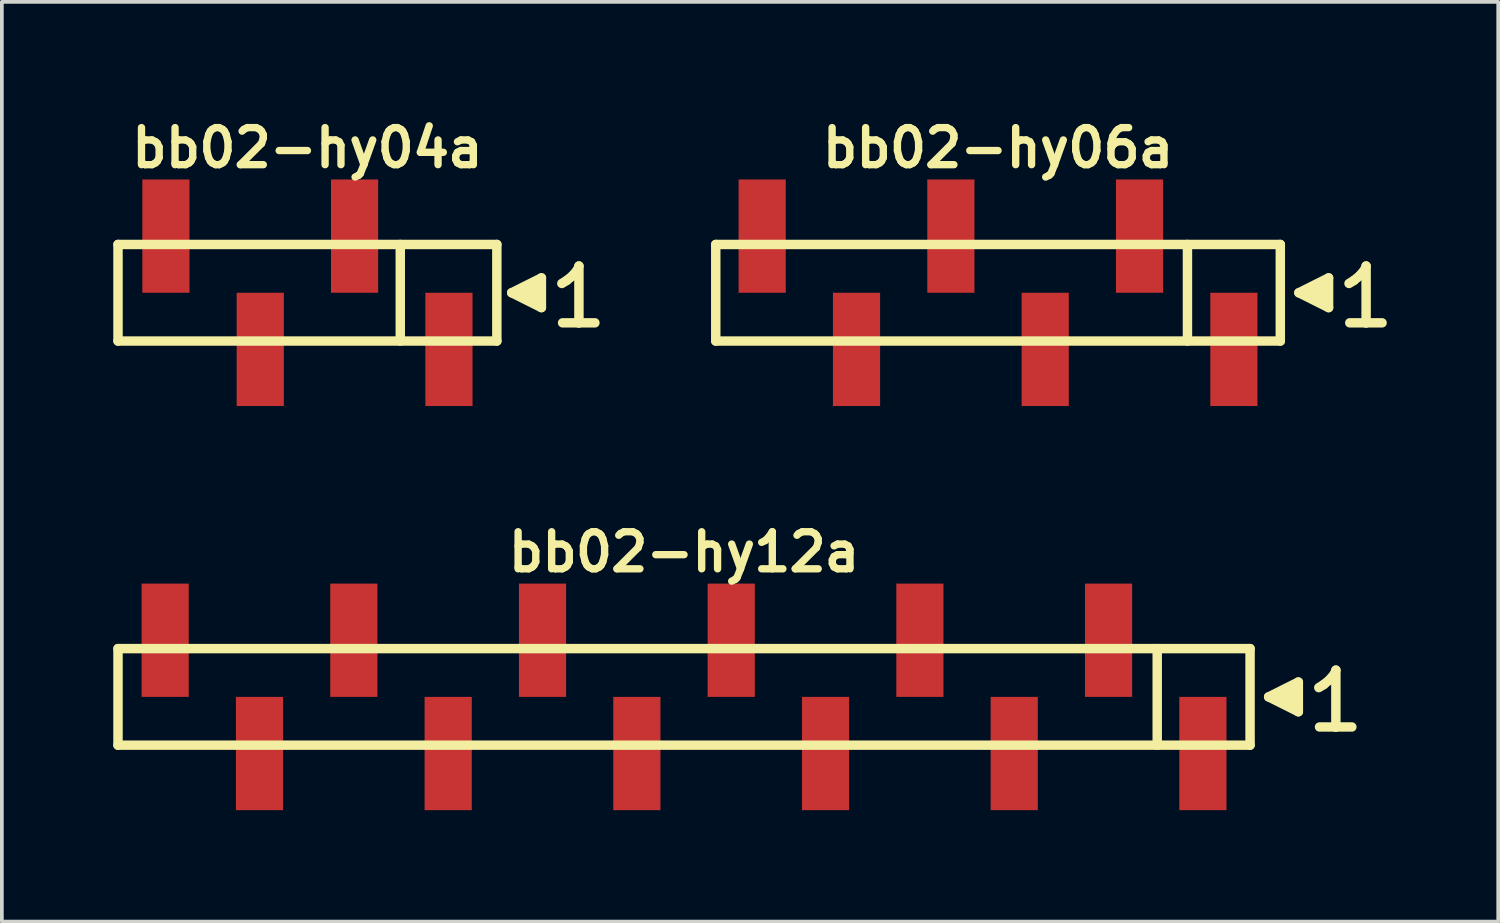
<source format=kicad_pcb>
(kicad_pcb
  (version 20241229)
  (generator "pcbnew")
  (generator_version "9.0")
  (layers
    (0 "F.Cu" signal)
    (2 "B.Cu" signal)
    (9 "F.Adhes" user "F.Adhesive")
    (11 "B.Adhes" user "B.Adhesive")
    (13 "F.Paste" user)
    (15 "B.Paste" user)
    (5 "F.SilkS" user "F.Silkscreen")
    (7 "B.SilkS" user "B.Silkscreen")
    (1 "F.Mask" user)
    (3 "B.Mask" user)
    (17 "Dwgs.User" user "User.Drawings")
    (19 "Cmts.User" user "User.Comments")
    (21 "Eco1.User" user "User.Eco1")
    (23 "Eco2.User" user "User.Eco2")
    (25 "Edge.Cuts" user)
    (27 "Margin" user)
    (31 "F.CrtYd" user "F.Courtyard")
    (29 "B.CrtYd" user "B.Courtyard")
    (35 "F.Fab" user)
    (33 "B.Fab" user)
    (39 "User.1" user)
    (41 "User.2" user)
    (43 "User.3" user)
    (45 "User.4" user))
  (footprint "bb02-hy06a"
    (layer "F.Cu")
    (at 23.821 4.832)
    (property "Reference" "bb02-hy06a" (at 0 -3.9 0) (layer "F.SilkS") (effects (font (size 0.998 0.998) (thickness 0.198))))
    (attr through_hole)
    (fp_line (start -7.6 -1.3) (end 7.6 -1.3) (stroke (width 0.254) (type solid)) (layer "F.SilkS"))
    (fp_line (start -7.6 1.3) (end -7.6 -1.3) (stroke (width 0.254) (type solid)) (layer "F.SilkS"))
    (fp_line (start 5.1 1.3) (end 5.1 -1.3) (stroke (width 0.254) (type solid)) (layer "F.SilkS"))
    (fp_line (start 7.6 -1.3) (end 7.6 1.3) (stroke (width 0.254) (type solid)) (layer "F.SilkS"))
    (fp_line (start 7.6 1.3) (end -7.6 1.3) (stroke (width 0.254) (type solid)) (layer "F.SilkS"))
    (fp_line (start 8.1 0) (end 8.9 0.4) (stroke (width 0.254) (type solid)) (layer "F.SilkS"))
    (fp_line (start 8.4 0.1) (end 8.4 -0.1) (stroke (width 0.254) (type solid)) (layer "F.SilkS"))
    (fp_line (start 8.5 -0.1) (end 8.5 0.1) (stroke (width 0.254) (type solid)) (layer "F.SilkS"))
    (fp_line (start 8.6 0.2) (end 8.6 -0.2) (stroke (width 0.254) (type solid)) (layer "F.SilkS"))
    (fp_line (start 8.7 -0.2) (end 8.7 0.2) (stroke (width 0.254) (type solid)) (layer "F.SilkS"))
    (fp_line (start 8.8 0.3) (end 8.8 -0.3) (stroke (width 0.254) (type solid)) (layer "F.SilkS"))
    (fp_line (start 8.9 -0.4) (end 8.1 0) (stroke (width 0.254) (type solid)) (layer "F.SilkS"))
    (fp_line (start 8.9 0.4) (end 8.9 -0.4) (stroke (width 0.254) (type solid)) (layer "F.SilkS"))
    (fp_line (start 9.45 -0.25) (end 9.58 -0.33) (stroke (width 0.254) (type solid)) (layer "F.SilkS"))
    (fp_line (start 9.58 -0.33) (end 9.74 -0.46) (stroke (width 0.254) (type solid)) (layer "F.SilkS"))
    (fp_line (start 9.74 -0.46) (end 9.88 -0.63) (stroke (width 0.254) (type solid)) (layer "F.SilkS"))
    (fp_line (start 9.88 -0.63) (end 9.91 -0.72) (stroke (width 0.254) (type solid)) (layer "F.SilkS"))
    (fp_line (start 9.91 -0.72) (end 9.91 0.81) (stroke (width 0.254) (type solid)) (layer "F.SilkS"))
    (fp_line (start 9.91 0.81) (end 9.47 0.81) (stroke (width 0.254) (type solid)) (layer "F.SilkS"))
    (fp_line (start 10.34 0.81) (end 9.9 0.81) (stroke (width 0.254) (type solid)) (layer "F.SilkS"))
    (pad "1" smd rect (at 6.35 1.525) (size 1.27 3.05) (layers "F.Cu" "F.Mask" "F.Paste"))
    (pad "2" smd rect (at 3.81 -1.525) (size 1.27 3.05) (layers "F.Cu" "F.Mask" "F.Paste"))
    (pad "3" smd rect (at 1.27 1.525) (size 1.27 3.05) (layers "F.Cu" "F.Mask" "F.Paste"))
    (pad "4" smd rect (at -1.27 -1.525) (size 1.27 3.05) (layers "F.Cu" "F.Mask" "F.Paste"))
    (pad "5" smd rect (at -3.81 1.525) (size 1.27 3.05) (layers "F.Cu" "F.Mask" "F.Paste"))
    (pad "6" smd rect (at -6.35 -1.525) (size 1.27 3.05) (layers "F.Cu" "F.Mask" "F.Paste")))
  (footprint "bb02-hy04a"
    (layer "F.Cu")
    (at 5.227 4.832)
    (property "Reference" "bb02-hy04a" (at 0 -3.9 0) (layer "F.SilkS") (effects (font (size 0.998 0.998) (thickness 0.198))))
    (attr through_hole)
    (fp_line (start -5.1 -1.3) (end 5.1 -1.3) (stroke (width 0.254) (type solid)) (layer "F.SilkS"))
    (fp_line (start -5.1 1.3) (end -5.1 -1.3) (stroke (width 0.254) (type solid)) (layer "F.SilkS"))
    (fp_line (start 2.5 1.3) (end 2.5 -1.3) (stroke (width 0.254) (type solid)) (layer "F.SilkS"))
    (fp_line (start 5.1 -1.3) (end 5.1 1.3) (stroke (width 0.254) (type solid)) (layer "F.SilkS"))
    (fp_line (start 5.1 1.3) (end -5.1 1.3) (stroke (width 0.254) (type solid)) (layer "F.SilkS"))
    (fp_line (start 5.5 0) (end 6.3 0.4) (stroke (width 0.254) (type solid)) (layer "F.SilkS"))
    (fp_line (start 5.8 0.1) (end 5.8 -0.1) (stroke (width 0.254) (type solid)) (layer "F.SilkS"))
    (fp_line (start 5.9 -0.1) (end 5.9 0.1) (stroke (width 0.254) (type solid)) (layer "F.SilkS"))
    (fp_line (start 6 0.2) (end 6 -0.2) (stroke (width 0.254) (type solid)) (layer "F.SilkS"))
    (fp_line (start 6.1 -0.2) (end 6.1 0.2) (stroke (width 0.254) (type solid)) (layer "F.SilkS"))
    (fp_line (start 6.2 0.3) (end 6.2 -0.3) (stroke (width 0.254) (type solid)) (layer "F.SilkS"))
    (fp_line (start 6.3 -0.4) (end 5.5 0) (stroke (width 0.254) (type solid)) (layer "F.SilkS"))
    (fp_line (start 6.3 0.4) (end 6.3 -0.4) (stroke (width 0.254) (type solid)) (layer "F.SilkS"))
    (fp_line (start 6.85 -0.25) (end 6.98 -0.33) (stroke (width 0.254) (type solid)) (layer "F.SilkS"))
    (fp_line (start 6.98 -0.33) (end 7.14 -0.46) (stroke (width 0.254) (type solid)) (layer "F.SilkS"))
    (fp_line (start 7.14 -0.46) (end 7.28 -0.63) (stroke (width 0.254) (type solid)) (layer "F.SilkS"))
    (fp_line (start 7.28 -0.63) (end 7.31 -0.72) (stroke (width 0.254) (type solid)) (layer "F.SilkS"))
    (fp_line (start 7.31 -0.72) (end 7.31 0.81) (stroke (width 0.254) (type solid)) (layer "F.SilkS"))
    (fp_line (start 7.31 0.81) (end 6.87 0.81) (stroke (width 0.254) (type solid)) (layer "F.SilkS"))
    (fp_line (start 7.74 0.81) (end 7.3 0.81) (stroke (width 0.254) (type solid)) (layer "F.SilkS"))
    (pad "1" smd rect (at 3.81 1.525) (size 1.27 3.05) (layers "F.Cu" "F.Mask" "F.Paste"))
    (pad "2" smd rect (at 1.27 -1.525) (size 1.27 3.05) (layers "F.Cu" "F.Mask" "F.Paste"))
    (pad "3" smd rect (at -1.27 1.525) (size 1.27 3.05) (layers "F.Cu" "F.Mask" "F.Paste"))
    (pad "4" smd rect (at -3.81 -1.525) (size 1.27 3.05) (layers "F.Cu" "F.Mask" "F.Paste")))
  (footprint "bb02-hy12a"
    (layer "F.Cu")
    (at 15.367 15.713)
    (property "Reference" "bb02-hy12a" (at 0 -3.9 0) (layer "F.SilkS") (effects (font (size 0.998 0.998) (thickness 0.198))))
    (attr through_hole)
    (fp_line (start -15.24 -1.3) (end 15.24 -1.3) (stroke (width 0.254) (type solid)) (layer "F.SilkS"))
    (fp_line (start -15.24 1.3) (end -15.24 -1.3) (stroke (width 0.254) (type solid)) (layer "F.SilkS"))
    (fp_line (start 12.74 1.3) (end 12.74 -1.3) (stroke (width 0.254) (type solid)) (layer "F.SilkS"))
    (fp_line (start 15.24 -1.3) (end 15.24 1.3) (stroke (width 0.254) (type solid)) (layer "F.SilkS"))
    (fp_line (start 15.24 1.3) (end -15.24 1.3) (stroke (width 0.254) (type solid)) (layer "F.SilkS"))
    (fp_line (start 15.74 0) (end 16.54 0.4) (stroke (width 0.254) (type solid)) (layer "F.SilkS"))
    (fp_line (start 16.04 0.1) (end 16.04 -0.1) (stroke (width 0.254) (type solid)) (layer "F.SilkS"))
    (fp_line (start 16.14 -0.1) (end 16.14 0.1) (stroke (width 0.254) (type solid)) (layer "F.SilkS"))
    (fp_line (start 16.24 0.2) (end 16.24 -0.2) (stroke (width 0.254) (type solid)) (layer "F.SilkS"))
    (fp_line (start 16.34 -0.2) (end 16.34 0.2) (stroke (width 0.254) (type solid)) (layer "F.SilkS"))
    (fp_line (start 16.44 0.3) (end 16.44 -0.3) (stroke (width 0.254) (type solid)) (layer "F.SilkS"))
    (fp_line (start 16.54 -0.4) (end 15.74 0) (stroke (width 0.254) (type solid)) (layer "F.SilkS"))
    (fp_line (start 16.54 0.4) (end 16.54 -0.4) (stroke (width 0.254) (type solid)) (layer "F.SilkS"))
    (fp_line (start 17.09 -0.25) (end 17.22 -0.33) (stroke (width 0.254) (type solid)) (layer "F.SilkS"))
    (fp_line (start 17.22 -0.33) (end 17.38 -0.46) (stroke (width 0.254) (type solid)) (layer "F.SilkS"))
    (fp_line (start 17.38 -0.46) (end 17.52 -0.63) (stroke (width 0.254) (type solid)) (layer "F.SilkS"))
    (fp_line (start 17.52 -0.63) (end 17.55 -0.72) (stroke (width 0.254) (type solid)) (layer "F.SilkS"))
    (fp_line (start 17.55 -0.72) (end 17.55 0.81) (stroke (width 0.254) (type solid)) (layer "F.SilkS"))
    (fp_line (start 17.55 0.81) (end 17.11 0.81) (stroke (width 0.254) (type solid)) (layer "F.SilkS"))
    (fp_line (start 17.98 0.81) (end 17.54 0.81) (stroke (width 0.254) (type solid)) (layer "F.SilkS"))
    (pad "1" smd rect (at 13.97 1.525) (size 1.27 3.05) (layers "F.Cu" "F.Mask" "F.Paste"))
    (pad "2" smd rect (at 11.43 -1.525) (size 1.27 3.05) (layers "F.Cu" "F.Mask" "F.Paste"))
    (pad "3" smd rect (at 8.89 1.525) (size 1.27 3.05) (layers "F.Cu" "F.Mask" "F.Paste"))
    (pad "4" smd rect (at 6.35 -1.525) (size 1.27 3.05) (layers "F.Cu" "F.Mask" "F.Paste"))
    (pad "5" smd rect (at 3.81 1.525) (size 1.27 3.05) (layers "F.Cu" "F.Mask" "F.Paste"))
    (pad "6" smd rect (at 1.27 -1.525) (size 1.27 3.05) (layers "F.Cu" "F.Mask" "F.Paste"))
    (pad "7" smd rect (at -1.27 1.525) (size 1.27 3.05) (layers "F.Cu" "F.Mask" "F.Paste"))
    (pad "8" smd rect (at -3.81 -1.525) (size 1.27 3.05) (layers "F.Cu" "F.Mask" "F.Paste"))
    (pad "9" smd rect (at -6.35 1.525) (size 1.27 3.05) (layers "F.Cu" "F.Mask" "F.Paste"))
    (pad "10" smd rect (at -8.89 -1.525) (size 1.27 3.05) (layers "F.Cu" "F.Mask" "F.Paste"))
    (pad "11" smd rect (at -11.43 1.525) (size 1.27 3.05) (layers "F.Cu" "F.Mask" "F.Paste"))
    (pad "12" smd rect (at -13.97 -1.525) (size 1.27 3.05) (layers "F.Cu" "F.Mask" "F.Paste")))
  (gr_rect
    (start -3 -3)
    (end 37.288 21.763)
    (stroke (width 0.1) (type default))
    (fill no)
    (layer "Edge.Cuts")))
</source>
